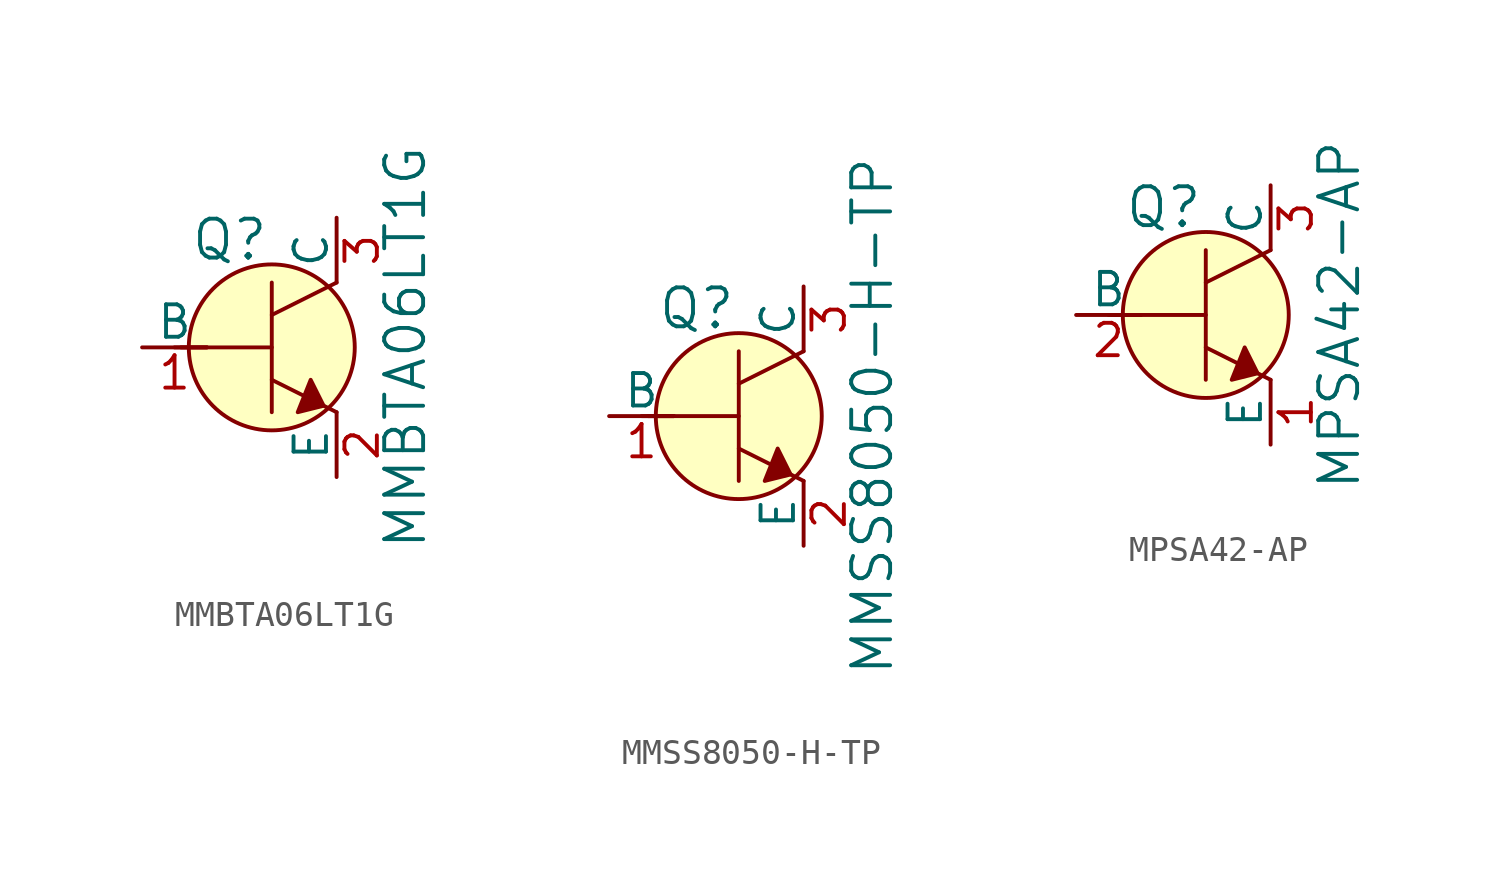
<source format=kicad_sym>
(kicad_symbol_lib
  (version 20201005)
  (generator kicad_symbol_editor)
  (symbol "MMBTA06LT1G"
    (pin_names
      (offset 0))
    (property "Reference" "Q"
      (at -3.2 4.216 0)
      (effects (font (size 1.524 1.524)) (justify left)))
    (property "Value" "MMBTA06LT1G"
      (at 5.232 0 90)
      (effects (font (size 1.524 1.524))))
    (symbol "MMBTA06LT1G_0_1"
      (circle (center 0 0) (radius 3.251) (stroke (width 0)) (fill (type background)))
      (polyline (pts (xy -3.81 0) (xy -2.54 0)) (stroke (width 0)) (fill (type none)))
      (polyline (pts (xy -3.556 0) (xy 0 0)) (stroke (width 0)) (fill (type none)))
      (polyline (pts (xy 0 -1.27) (xy 2.54 -2.54)) (stroke (width 0)) (fill (type none)))
      (polyline (pts (xy 0 1.27) (xy 2.54 2.54)) (stroke (width 0)) (fill (type none)))
      (polyline (pts (xy 0 2.54) (xy 0 -2.54)) (stroke (width 0)) (fill (type none)))
      (polyline (pts (xy 1.524 -1.27) (xy 2.032 -2.286) (xy 1.016 -2.54) (xy 1.524 -1.27)) (stroke (width 0)) (fill (type outline))))
    (symbol "MMBTA06LT1G_1_1"
      (pin input line (at -5.08 0 0) (length 2.54) (name "B" (effects (font (size 1.27 1.27)))) (number "1" (effects (font (size 1.27 1.27)))))
      (pin passive line (at 2.54 -5.08 90) (length 2.54) (name "E" (effects (font (size 1.27 1.27)))) (number "2" (effects (font (size 1.27 1.27)))))
      (pin passive line (at 2.54 5.08 270) (length 2.54) (name "C" (effects (font (size 1.27 1.27)))) (number "3" (effects (font (size 1.27 1.27)))))))
  (symbol "MMSS8050-H-TP"
    (pin_names
      (offset 0))
    (property "Reference" "Q"
      (at -3.2 4.216 0)
      (effects (font (size 1.524 1.524)) (justify left)))
    (property "Value" "MMSS8050-H-TP"
      (at 5.232 0 90)
      (effects (font (size 1.524 1.524))))
    (symbol "MMSS8050-H-TP_0_1"
      (circle (center 0 0) (radius 3.251) (stroke (width 0)) (fill (type background)))
      (polyline (pts (xy -3.81 0) (xy -2.54 0)) (stroke (width 0)) (fill (type none)))
      (polyline (pts (xy -3.556 0) (xy 0 0)) (stroke (width 0)) (fill (type none)))
      (polyline (pts (xy 0 -1.27) (xy 2.54 -2.54)) (stroke (width 0)) (fill (type none)))
      (polyline (pts (xy 0 1.27) (xy 2.54 2.54)) (stroke (width 0)) (fill (type none)))
      (polyline (pts (xy 0 2.54) (xy 0 -2.54)) (stroke (width 0)) (fill (type none)))
      (polyline (pts (xy 1.524 -1.27) (xy 2.032 -2.286) (xy 1.016 -2.54) (xy 1.524 -1.27)) (stroke (width 0)) (fill (type outline))))
    (symbol "MMSS8050-H-TP_1_1"
      (pin input line (at -5.08 0 0) (length 2.54) (name "B" (effects (font (size 1.27 1.27)))) (number "1" (effects (font (size 1.27 1.27)))))
      (pin passive line (at 2.54 -5.08 90) (length 2.54) (name "E" (effects (font (size 1.27 1.27)))) (number "2" (effects (font (size 1.27 1.27)))))
      (pin passive line (at 2.54 5.08 270) (length 2.54) (name "C" (effects (font (size 1.27 1.27)))) (number "3" (effects (font (size 1.27 1.27)))))))
  (symbol "MPSA42-AP"
    (pin_names
      (offset 0))
    (property "Reference" "Q"
      (at -3.2 4.216 0)
      (effects (font (size 1.524 1.524)) (justify left)))
    (property "Value" "MPSA42-AP"
      (at 5.232 0 90)
      (effects (font (size 1.524 1.524))))
    (symbol "MPSA42-AP_0_1"
      (circle (center 0 0) (radius 3.251) (stroke (width 0)) (fill (type background)))
      (polyline (pts (xy -3.81 0) (xy -2.54 0)) (stroke (width 0)) (fill (type none)))
      (polyline (pts (xy -3.556 0) (xy 0 0)) (stroke (width 0)) (fill (type none)))
      (polyline (pts (xy 0 -1.27) (xy 2.54 -2.54)) (stroke (width 0)) (fill (type none)))
      (polyline (pts (xy 0 1.27) (xy 2.54 2.54)) (stroke (width 0)) (fill (type none)))
      (polyline (pts (xy 0 2.54) (xy 0 -2.54)) (stroke (width 0)) (fill (type none)))
      (polyline (pts (xy 1.524 -1.27) (xy 2.032 -2.286) (xy 1.016 -2.54) (xy 1.524 -1.27)) (stroke (width 0)) (fill (type outline))))
    (symbol "MPSA42-AP_1_1"
      (pin passive line (at 2.54 -5.08 90) (length 2.54) (name "E" (effects (font (size 1.27 1.27)))) (number "1" (effects (font (size 1.27 1.27)))))
      (pin input line (at -5.08 0 0) (length 2.54) (name "B" (effects (font (size 1.27 1.27)))) (number "2" (effects (font (size 1.27 1.27)))))
      (pin passive line (at 2.54 5.08 270) (length 2.54) (name "C" (effects (font (size 1.27 1.27)))) (number "3" (effects (font (size 1.27 1.27))))))))
</source>
